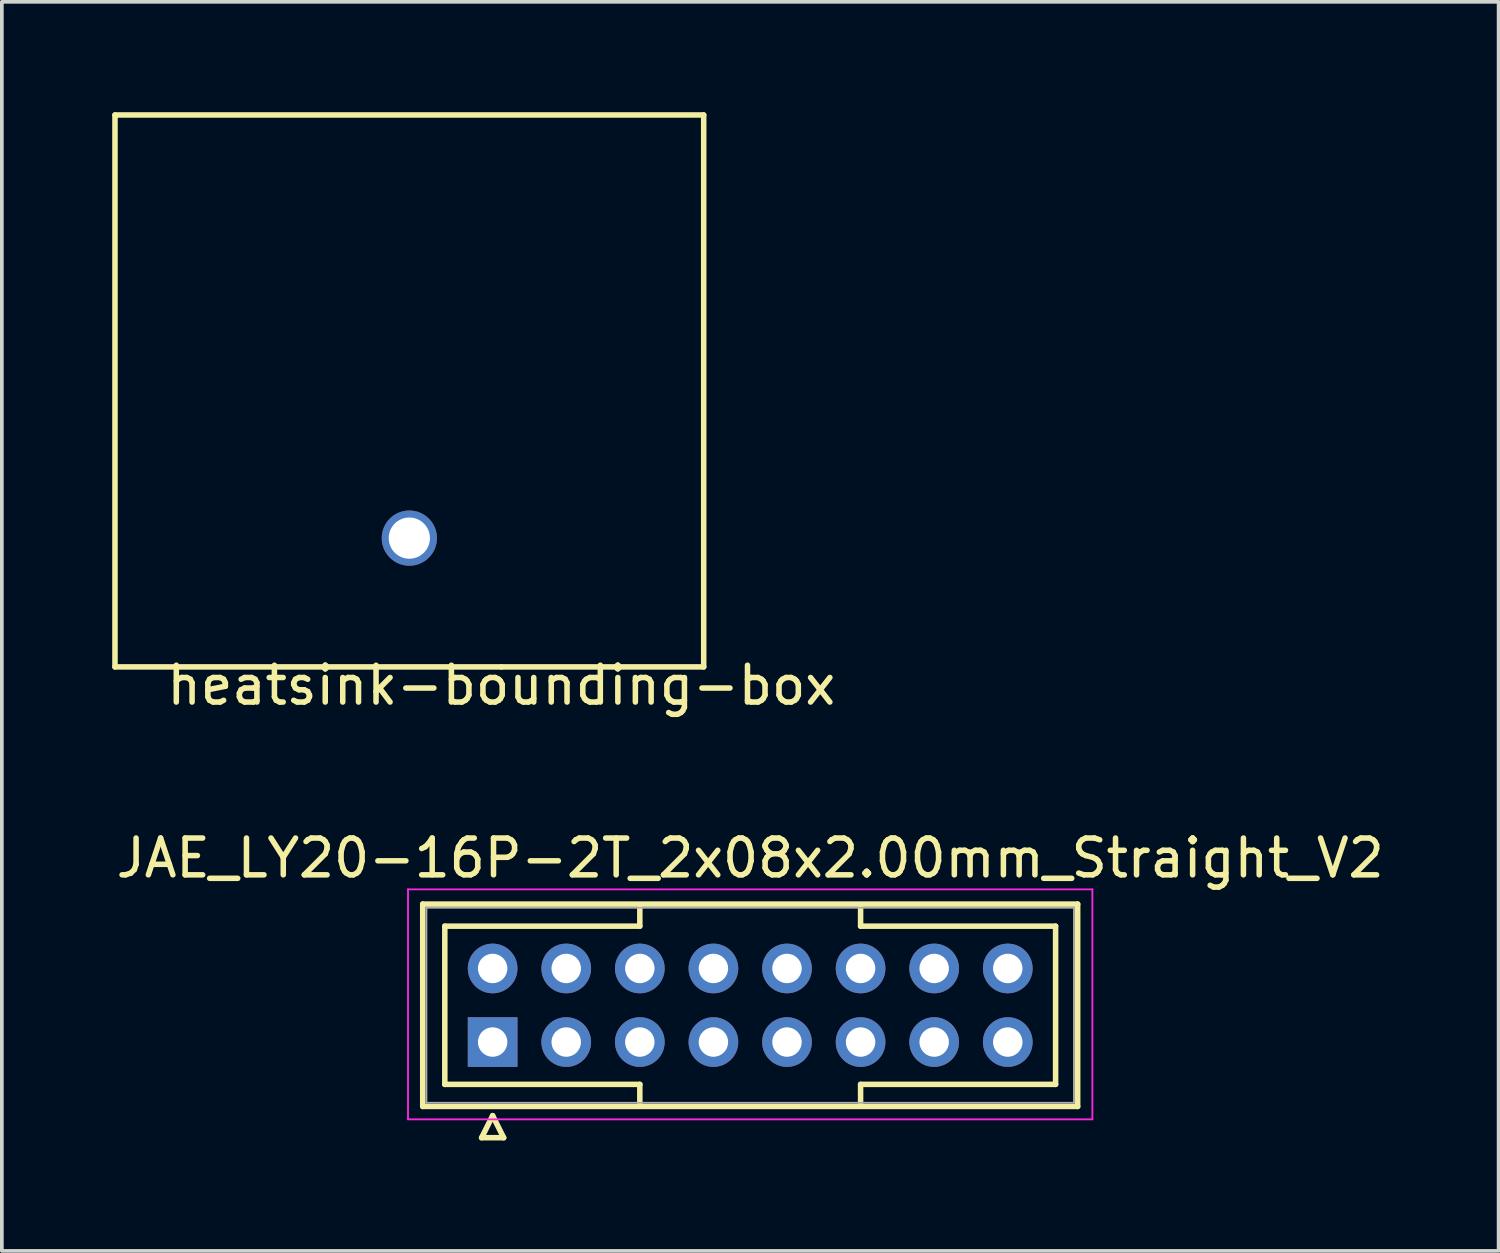
<source format=kicad_pcb>
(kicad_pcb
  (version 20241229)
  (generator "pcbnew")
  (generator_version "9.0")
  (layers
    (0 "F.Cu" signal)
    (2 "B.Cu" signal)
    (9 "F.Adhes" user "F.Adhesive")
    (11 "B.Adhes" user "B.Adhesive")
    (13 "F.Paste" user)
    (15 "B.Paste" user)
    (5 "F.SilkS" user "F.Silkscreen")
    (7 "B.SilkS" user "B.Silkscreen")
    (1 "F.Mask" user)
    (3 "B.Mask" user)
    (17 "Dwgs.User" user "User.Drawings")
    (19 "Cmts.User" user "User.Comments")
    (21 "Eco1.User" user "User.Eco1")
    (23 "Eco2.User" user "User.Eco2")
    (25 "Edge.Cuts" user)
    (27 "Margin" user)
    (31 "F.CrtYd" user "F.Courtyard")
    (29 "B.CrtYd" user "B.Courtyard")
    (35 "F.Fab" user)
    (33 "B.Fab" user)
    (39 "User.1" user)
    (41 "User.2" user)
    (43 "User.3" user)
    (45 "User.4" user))
  (footprint "heatsink-bounding-box"
    (layer "F.Cu")
    (at 10.575 15.075)
    (property "Reference" "heatsink-bounding-box" (at 0 0.5 0) (layer "F.SilkS") (effects (font (size 1 1) (thickness 0.15))))
    (attr through_hole)
    (fp_line (start -10.5 -15) (end -10.5 0) (stroke (width 0.15) (type solid)) (layer "F.SilkS"))
    (fp_line (start -10.5 0) (end 0 0) (stroke (width 0.15) (type solid)) (layer "F.SilkS"))
    (fp_line (start 0 0) (end 5.5 0) (stroke (width 0.15) (type solid)) (layer "F.SilkS"))
    (fp_line (start 5.5 -15) (end -10.5 -15) (stroke (width 0.15) (type solid)) (layer "F.SilkS"))
    (fp_line (start 5.5 0) (end 5.5 -15) (stroke (width 0.15) (type solid)) (layer "F.SilkS"))
    (pad "1" thru_hole circle (at -2.5 -3.5) (size 1.5 1.5) (drill 1.12) (layers "*.Cu" "*.Mask")))
  (footprint "JAE_LY20-16P-2T_2x08x2.00mm_Straight_V2"
    (layer "F.Cu")
    (at 10.339 25.271)
    (property "Reference" "JAE_LY20-16P-2T_2x08x2.00mm_Straight_V2" (at 7 -5 0) (layer "F.SilkS") (effects (font (size 1 1) (thickness 0.15))))
    (attr through_hole)
    (fp_line (start -1.9 -3.75) (end -1.9 1.75) (stroke (width 0.15) (type solid)) (layer "F.SilkS"))
    (fp_line (start -1.9 1.75) (end 15.9 1.75) (stroke (width 0.15) (type solid)) (layer "F.SilkS"))
    (fp_line (start -1.3 -3.15) (end 4 -3.15) (stroke (width 0.15) (type solid)) (layer "F.SilkS"))
    (fp_line (start -1.3 1.15) (end -1.3 -3.15) (stroke (width 0.15) (type solid)) (layer "F.SilkS"))
    (fp_line (start -0.3 2.6) (end 0.3 2.6) (stroke (width 0.15) (type solid)) (layer "F.SilkS"))
    (fp_line (start 0 2) (end -0.3 2.6) (stroke (width 0.15) (type solid)) (layer "F.SilkS"))
    (fp_line (start 0.3 2.6) (end 0 2) (stroke (width 0.15) (type solid)) (layer "F.SilkS"))
    (fp_line (start 4 -3.15) (end 4 -3.65) (stroke (width 0.15) (type solid)) (layer "F.SilkS"))
    (fp_line (start 4 1.15) (end -1.3 1.15) (stroke (width 0.15) (type solid)) (layer "F.SilkS"))
    (fp_line (start 4 1.65) (end 4 1.15) (stroke (width 0.15) (type solid)) (layer "F.SilkS"))
    (fp_line (start 10 -3.15) (end 10 -3.65) (stroke (width 0.15) (type solid)) (layer "F.SilkS"))
    (fp_line (start 10 1.15) (end 15.3 1.15) (stroke (width 0.15) (type solid)) (layer "F.SilkS"))
    (fp_line (start 10 1.65) (end 10 1.15) (stroke (width 0.15) (type solid)) (layer "F.SilkS"))
    (fp_line (start 15.3 -3.15) (end 10 -3.15) (stroke (width 0.15) (type solid)) (layer "F.SilkS"))
    (fp_line (start 15.3 1.15) (end 15.3 -3.15) (stroke (width 0.15) (type solid)) (layer "F.SilkS"))
    (fp_line (start 15.9 -3.75) (end -1.9 -3.75) (stroke (width 0.15) (type solid)) (layer "F.SilkS"))
    (fp_line (start 15.9 1.75) (end 15.9 -3.75) (stroke (width 0.15) (type solid)) (layer "F.SilkS"))
    (fp_line (start -2.3 -4.15) (end -2.3 2.1) (stroke (width 0.05) (type solid)) (layer "F.CrtYd"))
    (fp_line (start -2.3 2.1) (end 16.3 2.1) (stroke (width 0.05) (type solid)) (layer "F.CrtYd"))
    (fp_line (start 16.3 -4.15) (end -2.3 -4.15) (stroke (width 0.05) (type solid)) (layer "F.CrtYd"))
    (fp_line (start 16.3 2.1) (end 16.3 -4.15) (stroke (width 0.05) (type solid)) (layer "F.CrtYd"))
    (fp_line (start -1.8 -3.65) (end -1.8 1.65) (stroke (width 0.05) (type solid)) (layer "F.Fab"))
    (fp_line (start -1.8 1.65) (end 15.8 1.65) (stroke (width 0.05) (type solid)) (layer "F.Fab"))
    (fp_line (start 15.8 -3.65) (end -1.8 -3.65) (stroke (width 0.05) (type solid)) (layer "F.Fab"))
    (fp_line (start 15.8 1.65) (end 15.8 -3.65) (stroke (width 0.05) (type solid)) (layer "F.Fab"))
    (pad "1" thru_hole rect (at 0 0) (size 1.35 1.35) (drill 0.8) (layers "*.Cu" "*.Mask"))
    (pad "2" thru_hole circle (at 0 -2) (size 1.35 1.35) (drill 0.8) (layers "*.Cu" "*.Mask"))
    (pad "3" thru_hole circle (at 2 0) (size 1.35 1.35) (drill 0.8) (layers "*.Cu" "*.Mask"))
    (pad "4" thru_hole circle (at 2 -2) (size 1.35 1.35) (drill 0.8) (layers "*.Cu" "*.Mask"))
    (pad "5" thru_hole circle (at 4 0) (size 1.35 1.35) (drill 0.8) (layers "*.Cu" "*.Mask"))
    (pad "6" thru_hole circle (at 4 -2) (size 1.35 1.35) (drill 0.8) (layers "*.Cu" "*.Mask"))
    (pad "7" thru_hole circle (at 6 0) (size 1.35 1.35) (drill 0.8) (layers "*.Cu" "*.Mask"))
    (pad "8" thru_hole circle (at 6 -2) (size 1.35 1.35) (drill 0.8) (layers "*.Cu" "*.Mask"))
    (pad "9" thru_hole circle (at 8 0) (size 1.35 1.35) (drill 0.8) (layers "*.Cu" "*.Mask"))
    (pad "10" thru_hole circle (at 8 -2) (size 1.35 1.35) (drill 0.8) (layers "*.Cu" "*.Mask"))
    (pad "11" thru_hole circle (at 10 0) (size 1.35 1.35) (drill 0.8) (layers "*.Cu" "*.Mask"))
    (pad "12" thru_hole circle (at 10 -2) (size 1.35 1.35) (drill 0.8) (layers "*.Cu" "*.Mask"))
    (pad "13" thru_hole circle (at 12 0) (size 1.35 1.35) (drill 0.8) (layers "*.Cu" "*.Mask"))
    (pad "14" thru_hole circle (at 12 -2) (size 1.35 1.35) (drill 0.8) (layers "*.Cu" "*.Mask"))
    (pad "15" thru_hole circle (at 14 0) (size 1.35 1.35) (drill 0.8) (layers "*.Cu" "*.Mask"))
    (pad "16" thru_hole circle (at 14 -2) (size 1.35 1.35) (drill 0.8) (layers "*.Cu" "*.Mask")))
  (gr_rect
    (start -3 -3)
    (end 37.679 30.947)
    (stroke (width 0.1) (type default))
    (fill no)
    (layer "Edge.Cuts")))
</source>
